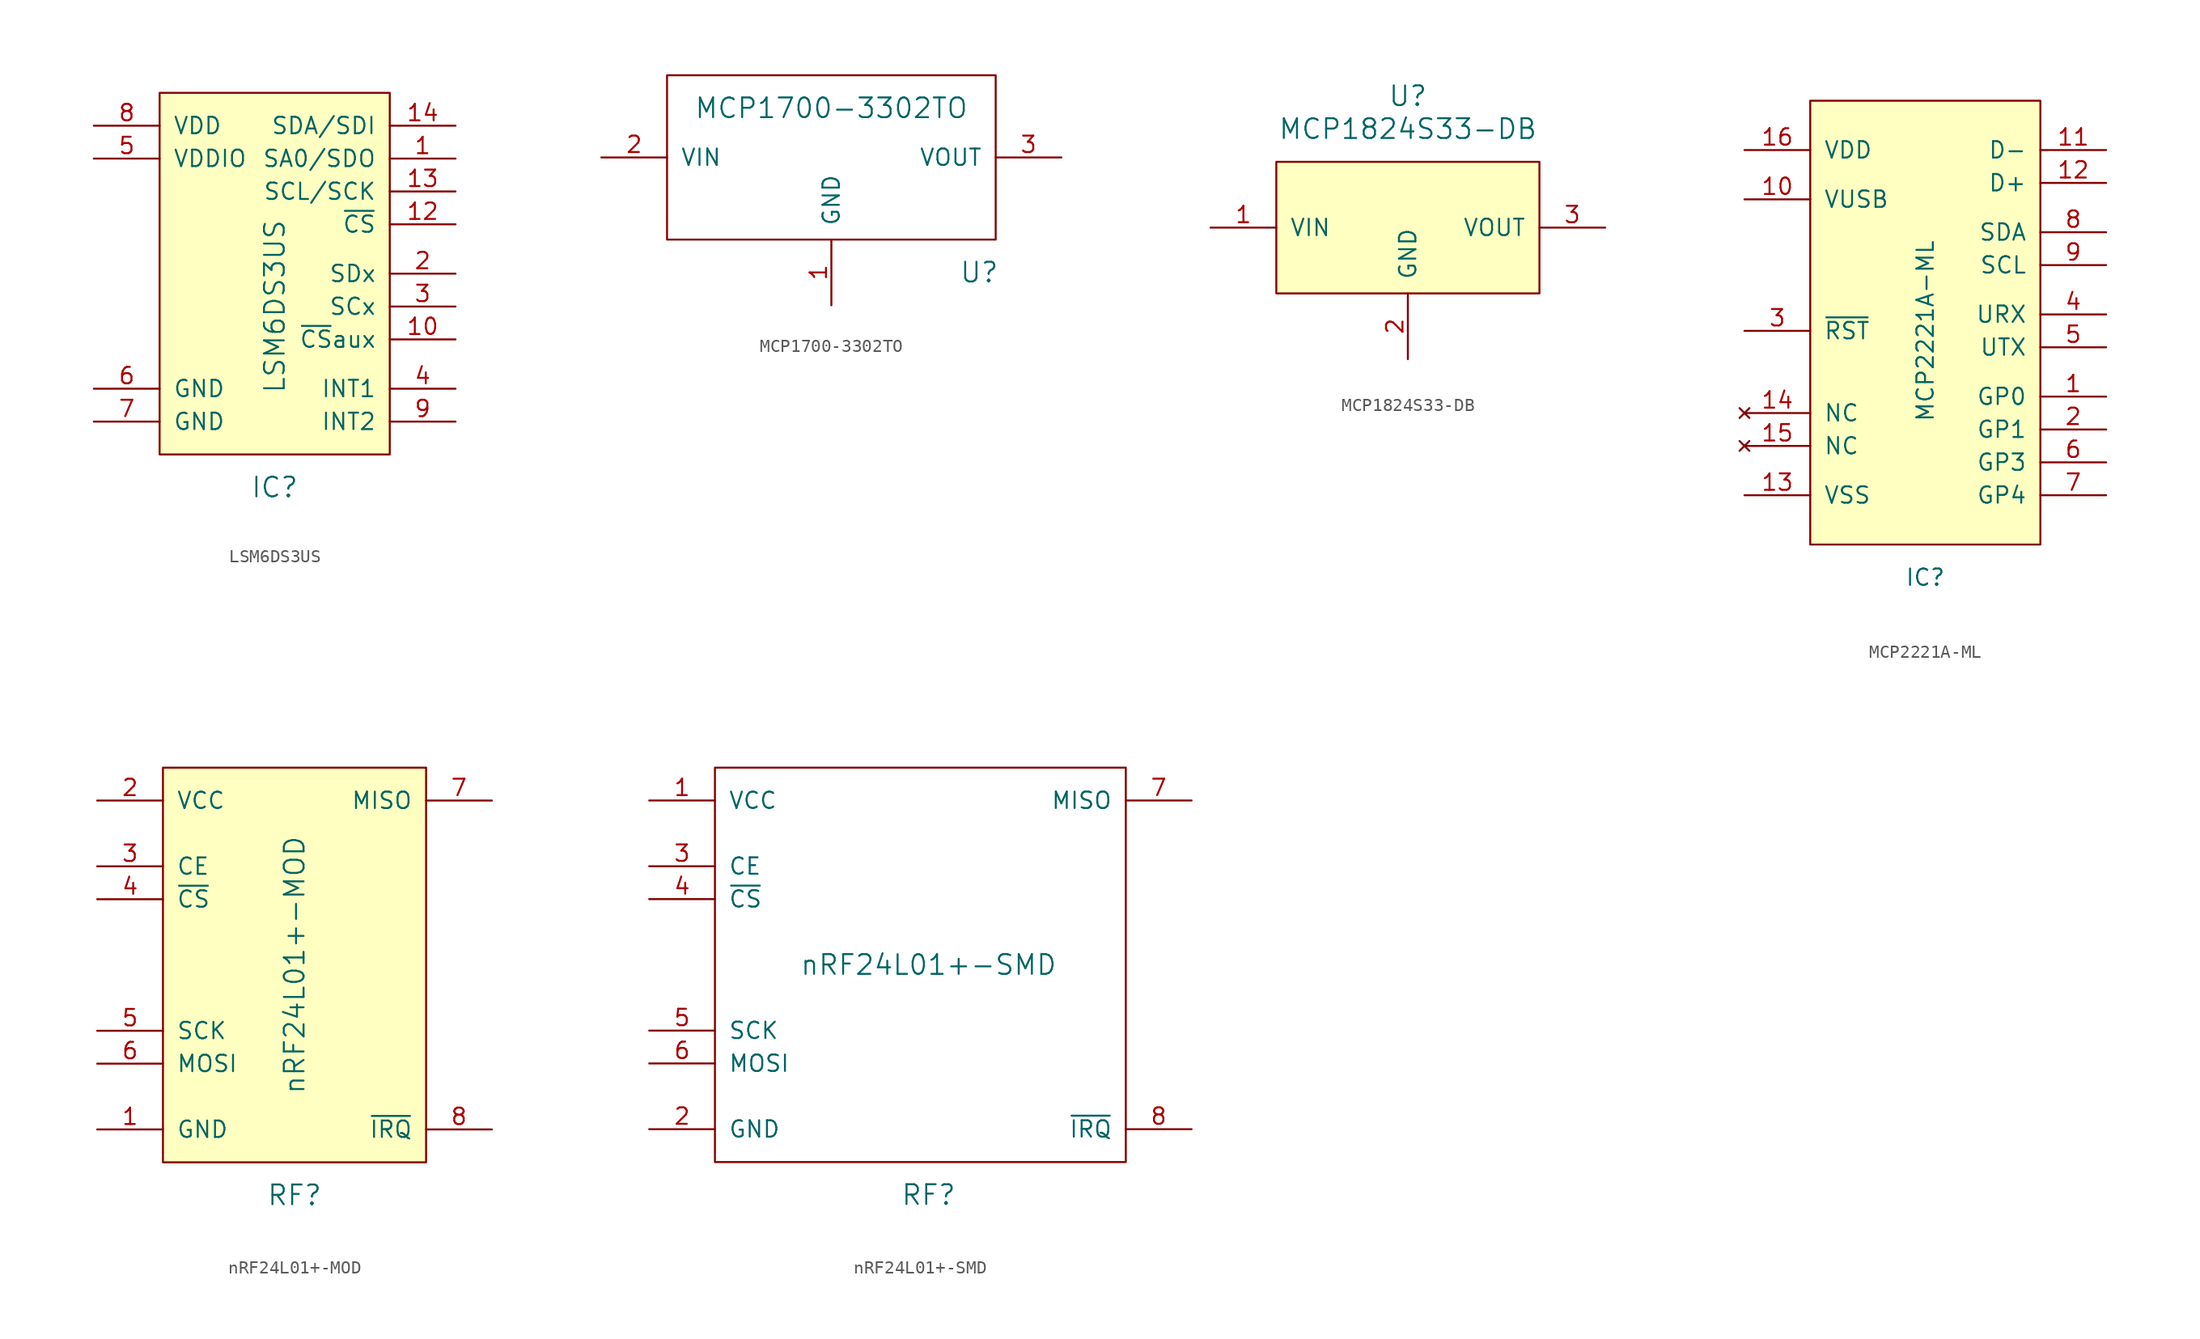
<source format=kicad_sym>
(kicad_symbol_lib
  (version 20220914)
  (generator kicad_symbol_editor)
  (symbol "LSM6DS3US"
    (pin_names
      (offset 1.016))
    (property "Reference" "IC"
      (at 0 -16.51 0)
      (effects (font (size 1.524 1.524))))
    (property "Value" "LSM6DS3US"
      (at 0 -2.54 90)
      (effects (font (size 1.524 1.524))))
    (symbol "LSM6DS3US_0_1"
      (rectangle (start -8.89 13.97) (end 8.89 -13.97) (stroke (width 0) (type solid)) (fill (type background))))
    (symbol "LSM6DS3US_1_1"
      (pin output line (at 13.97 8.89 180) (length 5.08) (name "SA0/SDO" (effects (font (size 1.27 1.27)))) (number "1" (effects (font (size 1.27 1.27)))))
      (pin input line (at 13.97 -5.08 180) (length 5.08) (name "~{CS}aux" (effects (font (size 1.27 1.27)))) (number "10" (effects (font (size 1.27 1.27)))))
      (pin no_connect line (at -13.97 0 0) (length 5.08) hide (name "NC" (effects (font (size 1.27 1.27)))) (number "11" (effects (font (size 1.27 1.27)))))
      (pin output line (at 13.97 3.81 180) (length 5.08) (name "~{CS}" (effects (font (size 1.27 1.27)))) (number "12" (effects (font (size 1.27 1.27)))))
      (pin output line (at 13.97 6.35 180) (length 5.08) (name "SCL/SCK" (effects (font (size 1.27 1.27)))) (number "13" (effects (font (size 1.27 1.27)))))
      (pin output line (at 13.97 11.43 180) (length 5.08) (name "SDA/SDI" (effects (font (size 1.27 1.27)))) (number "14" (effects (font (size 1.27 1.27)))))
      (pin output line (at 13.97 0 180) (length 5.08) (name "SDx" (effects (font (size 1.27 1.27)))) (number "2" (effects (font (size 1.27 1.27)))))
      (pin output line (at 13.97 -2.54 180) (length 5.08) (name "SCx" (effects (font (size 1.27 1.27)))) (number "3" (effects (font (size 1.27 1.27)))))
      (pin output line (at 13.97 -8.89 180) (length 5.08) (name "INT1" (effects (font (size 1.27 1.27)))) (number "4" (effects (font (size 1.27 1.27)))))
      (pin input line (at -13.97 8.89 0) (length 5.08) (name "VDDIO" (effects (font (size 1.27 1.27)))) (number "5" (effects (font (size 1.27 1.27)))))
      (pin output line (at -13.97 -8.89 0) (length 5.08) (name "GND" (effects (font (size 1.27 1.27)))) (number "6" (effects (font (size 1.27 1.27)))))
      (pin output line (at -13.97 -11.43 0) (length 5.08) (name "GND" (effects (font (size 1.27 1.27)))) (number "7" (effects (font (size 1.27 1.27)))))
      (pin input line (at -13.97 11.43 0) (length 5.08) (name "VDD" (effects (font (size 1.27 1.27)))) (number "8" (effects (font (size 1.27 1.27)))))
      (pin output line (at 13.97 -11.43 180) (length 5.08) (name "INT2" (effects (font (size 1.27 1.27)))) (number "9" (effects (font (size 1.27 1.27)))))))
  (symbol "MCP1700-3302TO"
    (pin_names
      (offset 1.016))
    (property "Reference" "U"
      (at 11.43 -8.89 0)
      (effects (font (size 1.524 1.524))))
    (property "Value" "MCP1700-3302TO"
      (at 0 3.81 0)
      (effects (font (size 1.524 1.524))))
    (symbol "MCP1700-3302TO_0_1"
      (rectangle (start -12.7 6.35) (end 12.7 -6.35) (stroke (width 0) (type solid)) (fill (type none))))
    (symbol "MCP1700-3302TO_1_1"
      (pin power_out line (at 0 -11.43 90) (length 5.08) (name "GND" (effects (font (size 1.27 1.27)))) (number "1" (effects (font (size 1.27 1.27)))))
      (pin power_in line (at -17.78 0 0) (length 5.08) (name "VIN" (effects (font (size 1.27 1.27)))) (number "2" (effects (font (size 1.27 1.27)))))
      (pin power_out line (at 17.78 0 180) (length 5.08) (name "VOUT" (effects (font (size 1.27 1.27)))) (number "3" (effects (font (size 1.27 1.27)))))))
  (symbol "MCP1824S33-DB"
    (pin_names
      (offset 1.016))
    (property "Reference" "U"
      (at 0 10.16 0)
      (effects (font (size 1.524 1.524))))
    (property "Value" "MCP1824S33-DB"
      (at 0 7.62 0)
      (effects (font (size 1.524 1.524))))
    (property "Footprint" ""
      (at 0 0 0)
      (effects (font (size 1.524 1.524))))
    (property "Datasheet" ""
      (at 0 0 0)
      (effects (font (size 1.524 1.524))))
    (symbol "MCP1824S33-DB_0_1"
      (rectangle (start -10.16 5.08) (end 10.16 -5.08) (stroke (width 0) (type solid)) (fill (type background))))
    (symbol "MCP1824S33-DB_1_1"
      (pin power_in line (at -15.24 0 0) (length 5.08) (name "VIN" (effects (font (size 1.27 1.27)))) (number "1" (effects (font (size 1.27 1.27)))))
      (pin power_out line (at 0 -10.16 90) (length 5.08) (name "GND" (effects (font (size 1.27 1.27)))) (number "2" (effects (font (size 1.27 1.27)))))
      (pin power_out line (at 15.24 0 180) (length 5.08) (name "VOUT" (effects (font (size 1.27 1.27)))) (number "3" (effects (font (size 1.27 1.27)))))
      (pin power_out line (at 3.81 -10.16 90) (length 5.08) hide (name "GND" (effects (font (size 1.27 1.27)))) (number "4" (effects (font (size 1.27 1.27)))))))
  (symbol "MCP2221A-ML"
    (pin_names
      (offset 1.016))
    (property "Reference" "IC"
      (at 0 -19.05 0)
      (effects (font (size 1.27 1.27))))
    (property "Value" "MCP2221A-ML"
      (at 0 0 90)
      (effects (font (size 1.27 1.27))))
    (symbol "MCP2221A-ML_0_1"
      (rectangle (start -8.89 17.78) (end 8.89 -16.51) (stroke (width 0) (type solid)) (fill (type background))))
    (symbol "MCP2221A-ML_1_1"
      (pin bidirectional line (at 13.97 -5.08 180) (length 5.08) (name "GP0" (effects (font (size 1.27 1.27)))) (number "1" (effects (font (size 1.27 1.27)))))
      (pin bidirectional line (at -13.97 10.16 0) (length 5.08) (name "VUSB" (effects (font (size 1.27 1.27)))) (number "10" (effects (font (size 1.27 1.27)))))
      (pin bidirectional line (at 13.97 13.97 180) (length 5.08) (name "D-" (effects (font (size 1.27 1.27)))) (number "11" (effects (font (size 1.27 1.27)))))
      (pin bidirectional line (at 13.97 11.43 180) (length 5.08) (name "D+" (effects (font (size 1.27 1.27)))) (number "12" (effects (font (size 1.27 1.27)))))
      (pin bidirectional line (at -13.97 -12.7 0) (length 5.08) (name "VSS" (effects (font (size 1.27 1.27)))) (number "13" (effects (font (size 1.27 1.27)))))
      (pin no_connect line (at -13.97 -6.35 0) (length 5.08) (name "NC" (effects (font (size 1.27 1.27)))) (number "14" (effects (font (size 1.27 1.27)))))
      (pin no_connect line (at -13.97 -8.89 0) (length 5.08) (name "NC" (effects (font (size 1.27 1.27)))) (number "15" (effects (font (size 1.27 1.27)))))
      (pin bidirectional line (at -13.97 13.97 0) (length 5.08) (name "VDD" (effects (font (size 1.27 1.27)))) (number "16" (effects (font (size 1.27 1.27)))))
      (pin bidirectional line (at 13.97 -7.62 180) (length 5.08) (name "GP1" (effects (font (size 1.27 1.27)))) (number "2" (effects (font (size 1.27 1.27)))))
      (pin bidirectional line (at -13.97 0 0) (length 5.08) (name "~{RST}" (effects (font (size 1.27 1.27)))) (number "3" (effects (font (size 1.27 1.27)))))
      (pin bidirectional line (at 13.97 1.27 180) (length 5.08) (name "URX" (effects (font (size 1.27 1.27)))) (number "4" (effects (font (size 1.27 1.27)))))
      (pin bidirectional line (at 13.97 -1.27 180) (length 5.08) (name "UTX" (effects (font (size 1.27 1.27)))) (number "5" (effects (font (size 1.27 1.27)))))
      (pin bidirectional line (at 13.97 -10.16 180) (length 5.08) (name "GP3" (effects (font (size 1.27 1.27)))) (number "6" (effects (font (size 1.27 1.27)))))
      (pin bidirectional line (at 13.97 -12.7 180) (length 5.08) (name "GP4" (effects (font (size 1.27 1.27)))) (number "7" (effects (font (size 1.27 1.27)))))
      (pin bidirectional line (at 13.97 7.62 180) (length 5.08) (name "SDA" (effects (font (size 1.27 1.27)))) (number "8" (effects (font (size 1.27 1.27)))))
      (pin bidirectional line (at 13.97 5.08 180) (length 5.08) (name "SCL" (effects (font (size 1.27 1.27)))) (number "9" (effects (font (size 1.27 1.27)))))))
  (symbol "nRF24L01+-MOD"
    (pin_names
      (offset 1.016))
    (property "Reference" "RF"
      (at 0 -17.78 0)
      (effects (font (size 1.524 1.524))))
    (property "Value" "nRF24L01+-MOD"
      (at 0 0 90)
      (effects (font (size 1.524 1.524))))
    (property "Footprint" ""
      (at 0 0 0)
      (effects (font (size 1.524 1.524))))
    (property "Datasheet" ""
      (at 0 0 0)
      (effects (font (size 1.524 1.524))))
    (symbol "nRF24L01+-MOD_0_1"
      (rectangle (start -10.16 15.24) (end 10.16 -15.24) (stroke (width 0) (type solid)) (fill (type background))))
    (symbol "nRF24L01+-MOD_1_1"
      (pin power_out line (at -15.24 -12.7 0) (length 5.08) (name "GND" (effects (font (size 1.27 1.27)))) (number "1" (effects (font (size 1.27 1.27)))))
      (pin power_in line (at -15.24 12.7 0) (length 5.08) (name "VCC" (effects (font (size 1.27 1.27)))) (number "2" (effects (font (size 1.27 1.27)))))
      (pin input line (at -15.24 7.62 0) (length 5.08) (name "CE" (effects (font (size 1.27 1.27)))) (number "3" (effects (font (size 1.27 1.27)))))
      (pin input line (at -15.24 5.08 0) (length 5.08) (name "~{CS}" (effects (font (size 1.27 1.27)))) (number "4" (effects (font (size 1.27 1.27)))))
      (pin input line (at -15.24 -5.08 0) (length 5.08) (name "SCK" (effects (font (size 1.27 1.27)))) (number "5" (effects (font (size 1.27 1.27)))))
      (pin input line (at -15.24 -7.62 0) (length 5.08) (name "MOSI" (effects (font (size 1.27 1.27)))) (number "6" (effects (font (size 1.27 1.27)))))
      (pin output line (at 15.24 12.7 180) (length 5.08) (name "MISO" (effects (font (size 1.27 1.27)))) (number "7" (effects (font (size 1.27 1.27)))))
      (pin output line (at 15.24 -12.7 180) (length 5.08) (name "~{IRQ}" (effects (font (size 1.27 1.27)))) (number "8" (effects (font (size 1.27 1.27)))))))
  (symbol "nRF24L01+-SMD"
    (pin_names
      (offset 1.016))
    (property "Reference" "RF"
      (at 0 -17.78 0)
      (effects (font (size 1.524 1.524))))
    (property "Value" "nRF24L01+-SMD"
      (at 0 0 0)
      (effects (font (size 1.524 1.524))))
    (property "Footprint" ""
      (at 0 0 0)
      (effects (font (size 1.524 1.524))))
    (property "Datasheet" ""
      (at 0 0 0)
      (effects (font (size 1.524 1.524))))
    (symbol "nRF24L01+-SMD_0_1"
      (rectangle (start -16.51 15.24) (end 15.24 -15.24) (stroke (width 0) (type solid)) (fill (type none))))
    (symbol "nRF24L01+-SMD_1_1"
      (pin power_in line (at -21.59 12.7 0) (length 5.08) (name "VCC" (effects (font (size 1.27 1.27)))) (number "1" (effects (font (size 1.27 1.27)))))
      (pin power_out line (at -21.59 -12.7 0) (length 5.08) (name "GND" (effects (font (size 1.27 1.27)))) (number "2" (effects (font (size 1.27 1.27)))))
      (pin input line (at -21.59 7.62 0) (length 5.08) (name "CE" (effects (font (size 1.27 1.27)))) (number "3" (effects (font (size 1.27 1.27)))))
      (pin input line (at -21.59 5.08 0) (length 5.08) (name "~{CS}" (effects (font (size 1.27 1.27)))) (number "4" (effects (font (size 1.27 1.27)))))
      (pin input line (at -21.59 -5.08 0) (length 5.08) (name "SCK" (effects (font (size 1.27 1.27)))) (number "5" (effects (font (size 1.27 1.27)))))
      (pin input line (at -21.59 -7.62 0) (length 5.08) (name "MOSI" (effects (font (size 1.27 1.27)))) (number "6" (effects (font (size 1.27 1.27)))))
      (pin output line (at 20.32 12.7 180) (length 5.08) (name "MISO" (effects (font (size 1.27 1.27)))) (number "7" (effects (font (size 1.27 1.27)))))
      (pin output line (at 20.32 -12.7 180) (length 5.08) (name "~{IRQ}" (effects (font (size 1.27 1.27)))) (number "8" (effects (font (size 1.27 1.27))))))))
</source>
